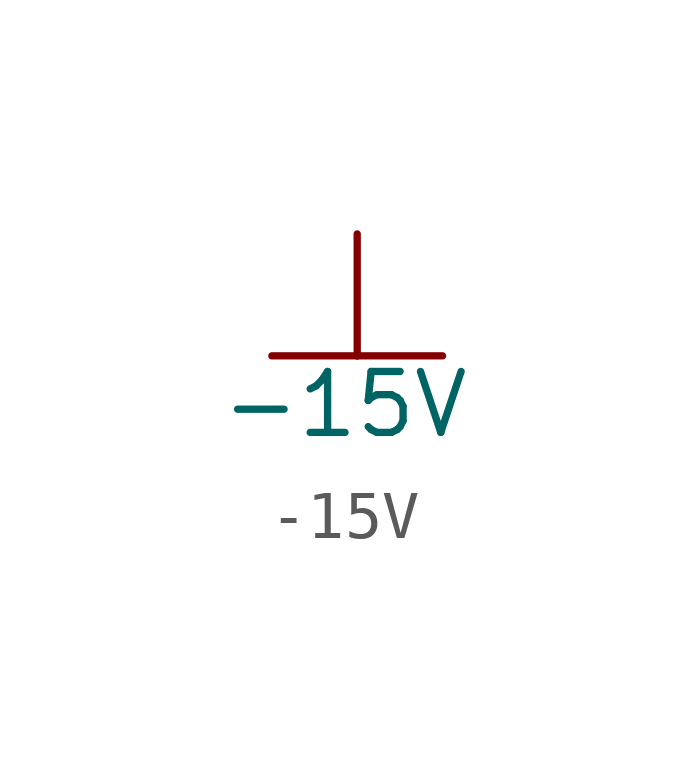
<source format=kicad_sym>
(kicad_symbol_lib
  (version 20231120)
  (generator "kicad_symbol_editor")
  (generator_version "8.0")
  (symbol "-15V"
    (power)
    (pin_numbers hide)
    (pin_names
      (offset 0) hide)
    (property "Reference" "#PWR"
      (at 0 -7.112 0)
      (effects (font (size 1.27 1.27)) (hide yes)))
    (property "Value" "-15V"
      (at -0.254 -3.556 0)
      (effects (font (size 1.27 1.27))))
    (property "Footprint" ""
      (at 0 0 0)
      (effects (font (size 1.524 1.524))))
    (property "Datasheet" ""
      (at 0 0 0)
      (effects (font (size 1.524 1.524))))
    (symbol "-15V_0_1"
      (polyline (pts (xy -1.778 -2.54) (xy 0 -2.54)) (stroke (width 0) (type default)) (fill (type none)))
      (polyline (pts (xy 0 -2.54) (xy 0 0)) (stroke (width 0) (type default)) (fill (type none)))
      (polyline (pts (xy 0 -2.54) (xy 1.778 -2.54)) (stroke (width 0) (type default)) (fill (type none))))
    (symbol "-15V_1_1"
      (pin power_in line (at 0 0 270) (length 0) hide (name "-15V" (effects (font (size 1.27 1.27)))) (number "1" (effects (font (size 1.27 1.27))))))))
</source>
